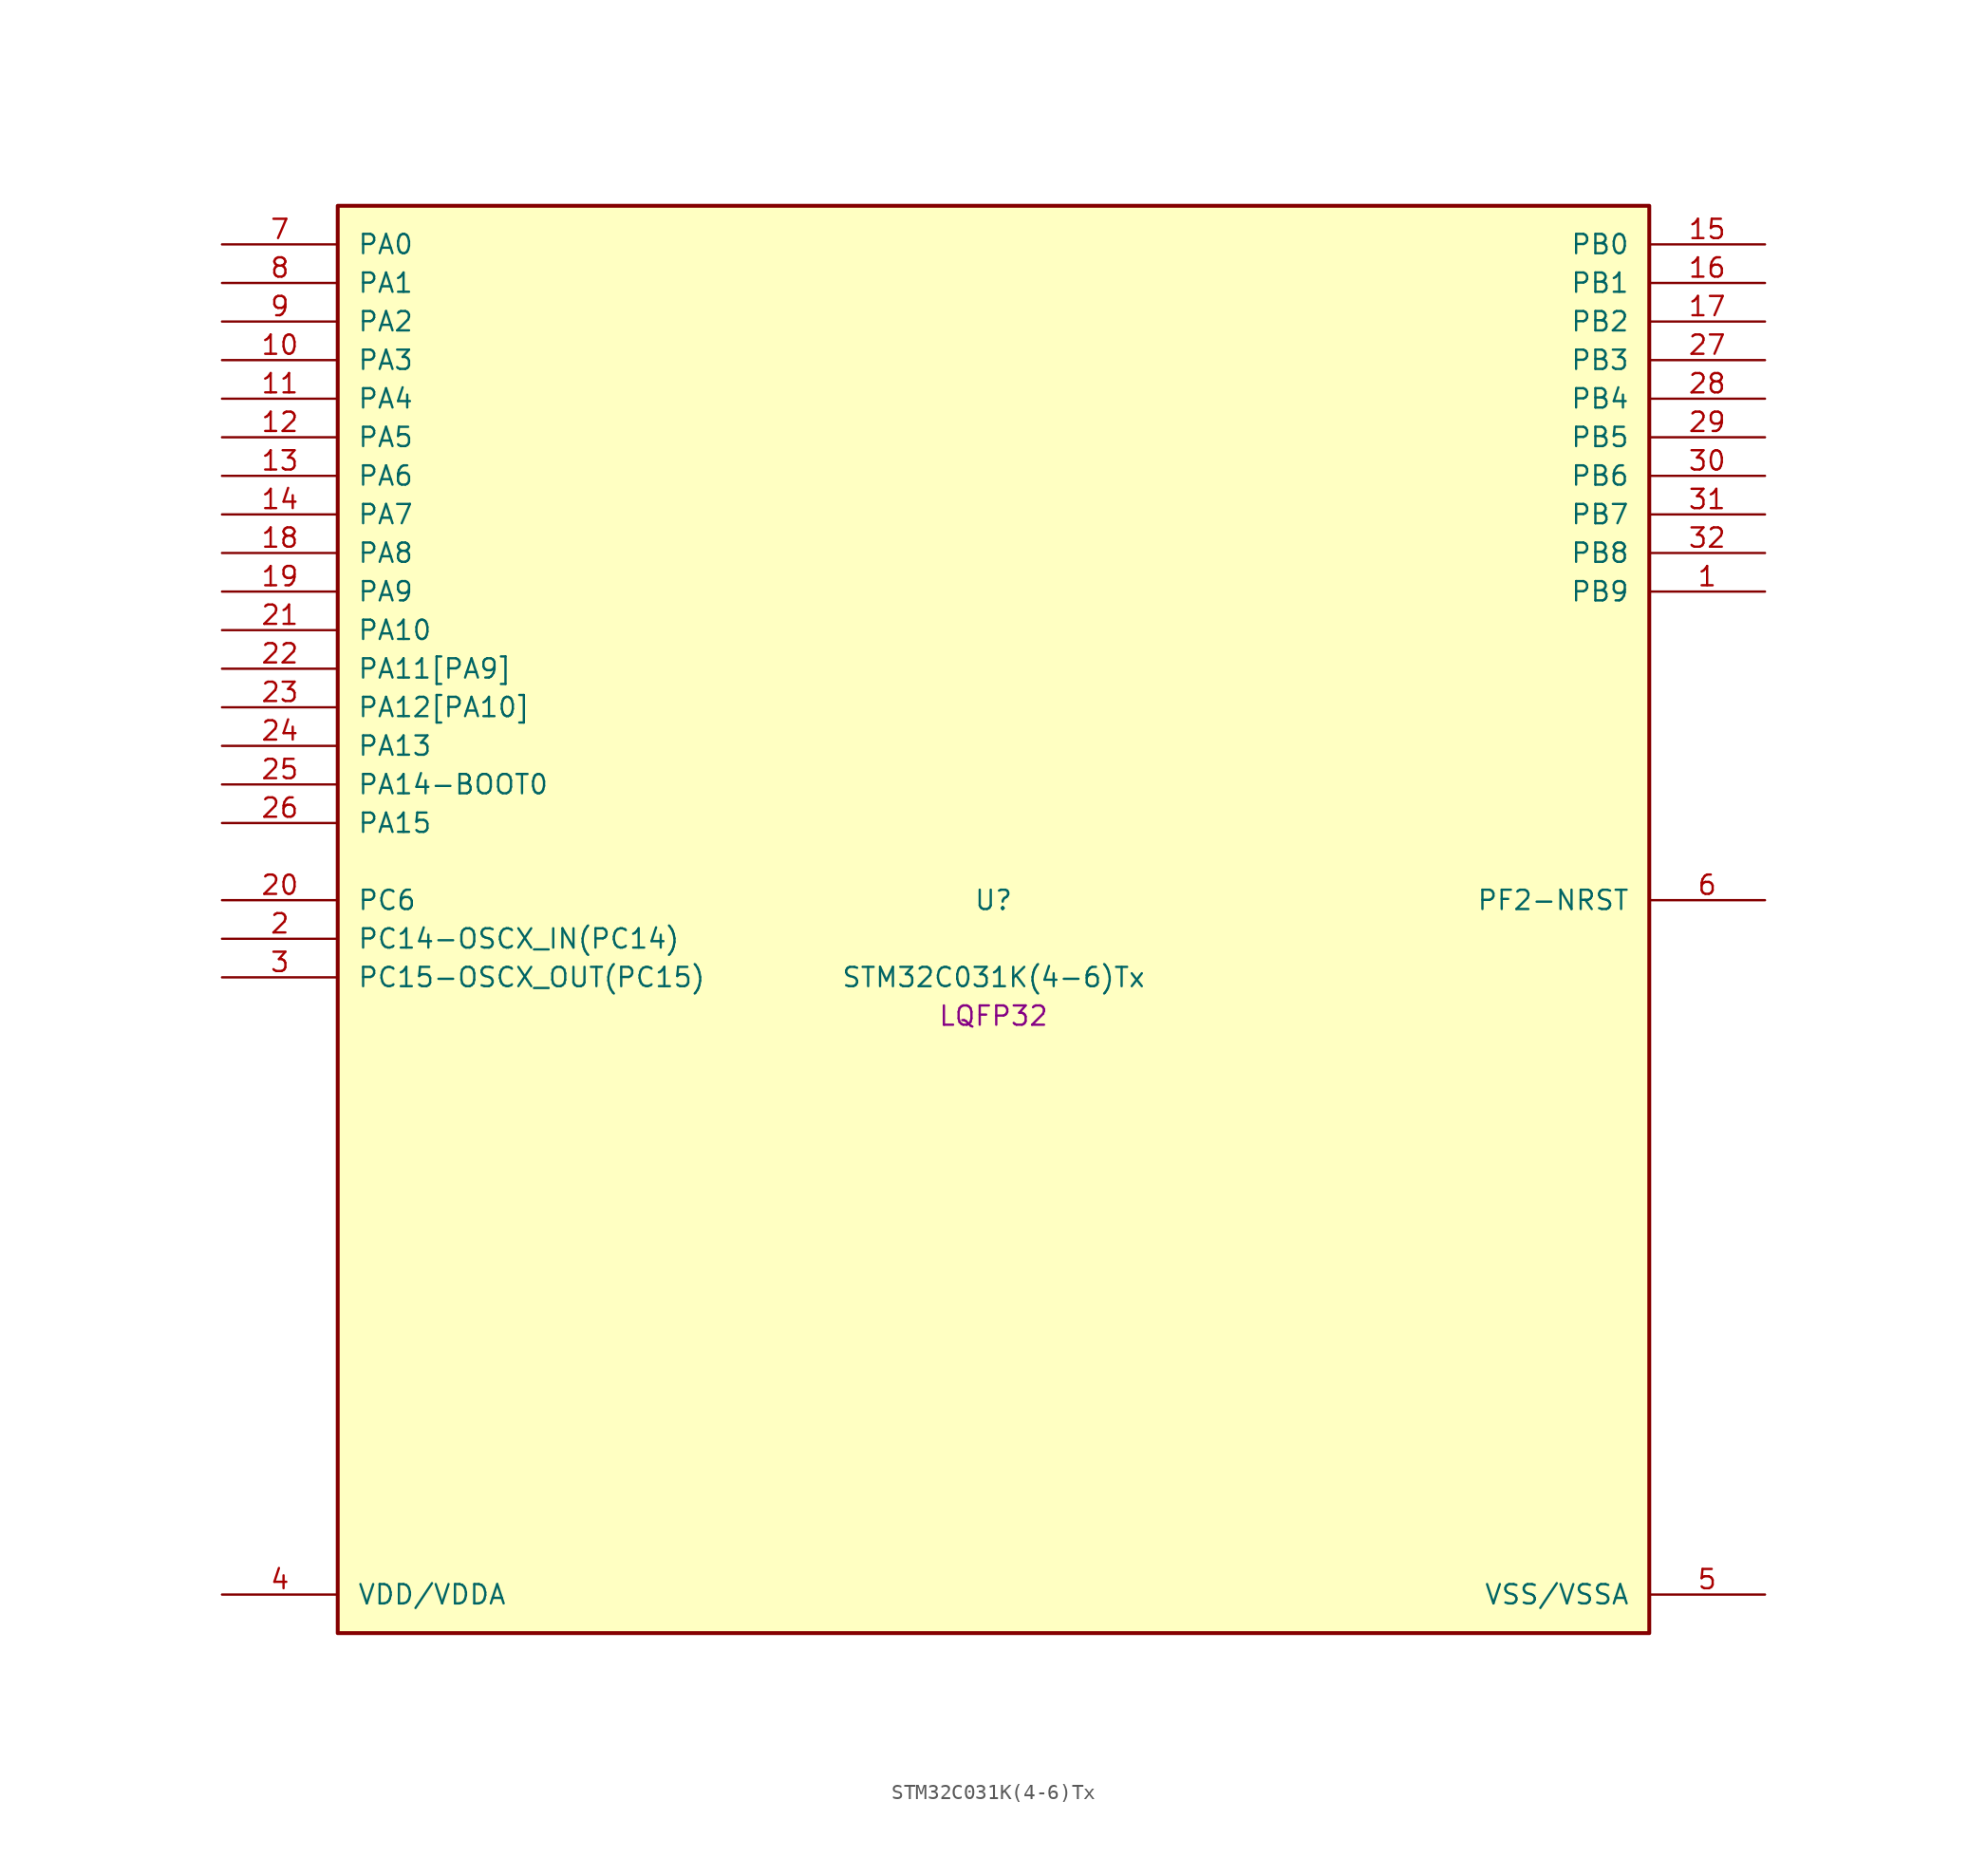
<source format=kicad_sym>
(kicad_symbol_lib
  (version 20241209)
  (generator "stm32_pkl_generator")
  (generator_version "1.0")
  (symbol "STM32C031K(4-6)Tx"
    (pin_names
      (offset 1.27))
    (property "Reference" "U"
      (at 0 2.54 0))
    (property "Value" "STM32C031K(4-6)Tx"
      (at 0 -2.54 0))
    (property "Footprint" "LQFP32"
      (at 0 -5.08 0))
    (symbol "STM32C031K(4-6)Tx_1_1"
      (rectangle (start -43.18 48.26) (end 43.18 -45.72) (stroke (width 0.254) (type solid)) (fill (type background)))
      (pin bidirectional line (at -50.8 45.72 0) (length 7.62) (name "PA0") (number "7") (alternate "PA0/ADC1_IN0" bidirectional line) (alternate "PA0/PWR_WKUP1" bidirectional line) (alternate "PA0/TIM16_CH1" bidirectional line) (alternate "PA0/TIM1_CH1" bidirectional line) (alternate "PA0/USART1_TX" bidirectional line) (alternate "PA0/USART2_CTS" bidirectional line) (alternate "PA0/USART2_NSS" bidirectional line))
      (pin bidirectional line (at -50.8 43.18 0) (length 7.62) (name "PA1") (number "8") (alternate "PA1/ADC1_IN1" bidirectional line) (alternate "PA1/I2C1_SMBA" bidirectional line) (alternate "PA1/I2S1_CK" bidirectional line) (alternate "PA1/SPI1_SCK" bidirectional line) (alternate "PA1/TIM17_CH1" bidirectional line) (alternate "PA1/TIM1_CH2" bidirectional line) (alternate "PA1/USART1_RX" bidirectional line) (alternate "PA1/USART2_CK" bidirectional line) (alternate "PA1/USART2_DE" bidirectional line) (alternate "PA1/USART2_RTS" bidirectional line))
      (pin bidirectional line (at -50.8 40.64 0) (length 7.62) (name "PA2") (number "9") (alternate "PA2/ADC1_IN2" bidirectional line) (alternate "PA2/I2S1_SD" bidirectional line) (alternate "PA2/PWR_WKUP4" bidirectional line) (alternate "PA2/RCC_LSCO" bidirectional line) (alternate "PA2/SPI1_MOSI" bidirectional line) (alternate "PA2/TIM16_CH1N" bidirectional line) (alternate "PA2/TIM1_CH3" bidirectional line) (alternate "PA2/TIM3_ETR" bidirectional line) (alternate "PA2/USART2_TX" bidirectional line))
      (pin bidirectional line (at -50.8 38.1 0) (length 7.62) (name "PA3") (number "10") (alternate "PA3/ADC1_IN3" bidirectional line) (alternate "PA3/TIM1_CH1N" bidirectional line) (alternate "PA3/TIM1_CH4" bidirectional line) (alternate "PA3/USART2_RX" bidirectional line))
      (pin bidirectional line (at -50.8 35.56 0) (length 7.62) (name "PA4") (number "11") (alternate "PA4/ADC1_IN4" bidirectional line) (alternate "PA4/I2S1_WS" bidirectional line) (alternate "PA4/PWR_WKUP2" bidirectional line) (alternate "PA4/RTC_OUT1" bidirectional line) (alternate "PA4/RTC_TS" bidirectional line) (alternate "PA4/SPI1_NSS" bidirectional line) (alternate "PA4/TIM14_CH1" bidirectional line) (alternate "PA4/TIM17_CH1N" bidirectional line) (alternate "PA4/TIM1_CH2N" bidirectional line) (alternate "PA4/USART2_TX" bidirectional line))
      (pin bidirectional line (at -50.8 33.02 0) (length 7.62) (name "PA5") (number "12") (alternate "PA5/ADC1_IN5" bidirectional line) (alternate "PA5/I2S1_CK" bidirectional line) (alternate "PA5/SPI1_SCK" bidirectional line) (alternate "PA5/TIM1_CH1" bidirectional line) (alternate "PA5/TIM1_CH3N" bidirectional line) (alternate "PA5/USART2_RX" bidirectional line))
      (pin bidirectional line (at -50.8 30.48 0) (length 7.62) (name "PA6") (number "13") (alternate "PA6/ADC1_IN6" bidirectional line) (alternate "PA6/I2S1_MCK" bidirectional line) (alternate "PA6/SPI1_MISO" bidirectional line) (alternate "PA6/TIM16_CH1" bidirectional line) (alternate "PA6/TIM1_BKIN" bidirectional line) (alternate "PA6/TIM3_CH1" bidirectional line))
      (pin bidirectional line (at -50.8 27.94 0) (length 7.62) (name "PA7") (number "14") (alternate "PA7/ADC1_IN7" bidirectional line) (alternate "PA7/I2S1_SD" bidirectional line) (alternate "PA7/SPI1_MOSI" bidirectional line) (alternate "PA7/TIM14_CH1" bidirectional line) (alternate "PA7/TIM17_CH1" bidirectional line) (alternate "PA7/TIM1_CH1N" bidirectional line) (alternate "PA7/TIM3_CH2" bidirectional line))
      (pin bidirectional line (at -50.8 25.4 0) (length 7.62) (name "PA8") (number "18") (alternate "PA8/ADC1_IN8" bidirectional line) (alternate "PA8/I2S1_WS" bidirectional line) (alternate "PA8/RCC_MCO" bidirectional line) (alternate "PA8/RCC_MCO_2" bidirectional line) (alternate "PA8/SPI1_NSS" bidirectional line) (alternate "PA8/TIM14_CH1" bidirectional line) (alternate "PA8/TIM1_CH1" bidirectional line) (alternate "PA8/TIM1_CH2N" bidirectional line) (alternate "PA8/TIM1_CH3N" bidirectional line) (alternate "PA8/TIM3_CH3" bidirectional line) (alternate "PA8/TIM3_CH4" bidirectional line) (alternate "PA8/USART1_RX" bidirectional line) (alternate "PA8/USART2_TX" bidirectional line))
      (pin bidirectional line (at -50.8 22.86 0) (length 7.62) (name "PA9") (number "19") (alternate "PA9/I2C1_SCL" bidirectional line) (alternate "PA9/RCC_MCO" bidirectional line) (alternate "PA9/TIM1_CH2" bidirectional line) (alternate "PA9/TIM3_ETR" bidirectional line) (alternate "PA9/USART1_TX" bidirectional line) (alternate "PA9/NC" bidirectional line))
      (pin bidirectional line (at -50.8 20.32 0) (length 7.62) (name "PA10") (number "21") (alternate "PA10/I2C1_SDA" bidirectional line) (alternate "PA10/RCC_MCO_2" bidirectional line) (alternate "PA10/TIM17_BKIN" bidirectional line) (alternate "PA10/TIM1_CH3" bidirectional line) (alternate "PA10/USART1_RX" bidirectional line) (alternate "PA10/NC" bidirectional line))
      (pin bidirectional line (at -50.8 17.78 0) (length 7.62) (name "PA11[PA9]") (number "22") (alternate "PA11[PA9]/ADC1_EXTI11" bidirectional line) (alternate "PA11[PA9]/ADC1_IN11" bidirectional line) (alternate "PA11[PA9]/I2S1_MCK" bidirectional line) (alternate "PA11[PA9]/SPI1_MISO" bidirectional line) (alternate "PA11[PA9]/TIM1_BKIN2" bidirectional line) (alternate "PA11[PA9]/TIM1_CH4" bidirectional line) (alternate "PA11[PA9]/USART1_CTS" bidirectional line) (alternate "PA11[PA9]/USART1_NSS" bidirectional line) (alternate "PA11[PA9]/PA9[PA11]" bidirectional line) (alternate "PA11[PA9]/I2C1_SCL" bidirectional line) (alternate "PA11[PA9]/RCC_MCO" bidirectional line) (alternate "PA11[PA9]/TIM1_CH2" bidirectional line) (alternate "PA11[PA9]/TIM3_ETR" bidirectional line) (alternate "PA11[PA9]/USART1_TX" bidirectional line))
      (pin bidirectional line (at -50.8 15.24 0) (length 7.62) (name "PA12[PA10]") (number "23") (alternate "PA12[PA10]/ADC1_IN12" bidirectional line) (alternate "PA12[PA10]/I2S1_SD" bidirectional line) (alternate "PA12[PA10]/I2S_CKIN" bidirectional line) (alternate "PA12[PA10]/SPI1_MOSI" bidirectional line) (alternate "PA12[PA10]/TIM1_ETR" bidirectional line) (alternate "PA12[PA10]/USART1_CK" bidirectional line) (alternate "PA12[PA10]/USART1_DE" bidirectional line) (alternate "PA12[PA10]/USART1_RTS" bidirectional line) (alternate "PA12[PA10]/PA10[PA12]" bidirectional line) (alternate "PA12[PA10]/I2C1_SDA" bidirectional line) (alternate "PA12[PA10]/RCC_MCO_2" bidirectional line) (alternate "PA12[PA10]/TIM17_BKIN" bidirectional line) (alternate "PA12[PA10]/TIM1_CH3" bidirectional line) (alternate "PA12[PA10]/USART1_RX" bidirectional line))
      (pin bidirectional line (at -50.8 12.7 0) (length 7.62) (name "PA13") (number "24") (alternate "PA13/ADC1_IN13" bidirectional line) (alternate "PA13/DEBUG_SWDIO" bidirectional line) (alternate "PA13/IR_OUT" bidirectional line) (alternate "PA13/TIM3_ETR" bidirectional line) (alternate "PA13/USART2_RX" bidirectional line))
      (pin bidirectional line (at -50.8 10.16 0) (length 7.62) (name "PA14-BOOT0") (number "25") (alternate "PA14-BOOT0/ADC1_IN14" bidirectional line) (alternate "PA14-BOOT0/DEBUG_SWCLK" bidirectional line) (alternate "PA14-BOOT0/I2S1_WS" bidirectional line) (alternate "PA14-BOOT0/RCC_MCO_2" bidirectional line) (alternate "PA14-BOOT0/SPI1_NSS" bidirectional line) (alternate "PA14-BOOT0/TIM1_CH1" bidirectional line) (alternate "PA14-BOOT0/USART1_CK" bidirectional line) (alternate "PA14-BOOT0/USART1_DE" bidirectional line) (alternate "PA14-BOOT0/USART1_RTS" bidirectional line) (alternate "PA14-BOOT0/USART2_RX" bidirectional line) (alternate "PA14-BOOT0/USART2_TX" bidirectional line))
      (pin bidirectional line (at -50.8 7.62 0) (length 7.62) (name "PA15") (number "26") (alternate "PA15/I2S1_WS" bidirectional line) (alternate "PA15/RCC_MCO_2" bidirectional line) (alternate "PA15/SPI1_NSS" bidirectional line) (alternate "PA15/TIM1_CH1" bidirectional line) (alternate "PA15/USART1_CK" bidirectional line) (alternate "PA15/USART1_DE" bidirectional line) (alternate "PA15/USART1_RTS" bidirectional line) (alternate "PA15/USART2_RX" bidirectional line))
      (pin bidirectional line (at 50.8 45.72 180) (length 7.62) (name "PB0") (number "15") (alternate "PB0/ADC1_IN17" bidirectional line) (alternate "PB0/I2S1_WS" bidirectional line) (alternate "PB0/SPI1_NSS" bidirectional line) (alternate "PB0/TIM1_CH2N" bidirectional line) (alternate "PB0/TIM3_CH3" bidirectional line))
      (pin bidirectional line (at 50.8 43.18 180) (length 7.62) (name "PB1") (number "16") (alternate "PB1/ADC1_IN18" bidirectional line) (alternate "PB1/TIM14_CH1" bidirectional line) (alternate "PB1/TIM1_CH2N" bidirectional line) (alternate "PB1/TIM1_CH3N" bidirectional line) (alternate "PB1/TIM3_CH4" bidirectional line))
      (pin bidirectional line (at 50.8 40.64 180) (length 7.62) (name "PB2") (number "17") (alternate "PB2/ADC1_IN19" bidirectional line) (alternate "PB2/RCC_MCO_2" bidirectional line) (alternate "PB2/USART1_RX" bidirectional line))
      (pin bidirectional line (at 50.8 38.1 180) (length 7.62) (name "PB3") (number "27") (alternate "PB3/I2S1_CK" bidirectional line) (alternate "PB3/SPI1_SCK" bidirectional line) (alternate "PB3/TIM1_CH2" bidirectional line) (alternate "PB3/TIM3_CH2" bidirectional line) (alternate "PB3/USART1_CK" bidirectional line) (alternate "PB3/USART1_DE" bidirectional line) (alternate "PB3/USART1_RTS" bidirectional line))
      (pin bidirectional line (at 50.8 35.56 180) (length 7.62) (name "PB4") (number "28") (alternate "PB4/I2S1_MCK" bidirectional line) (alternate "PB4/SPI1_MISO" bidirectional line) (alternate "PB4/TIM17_BKIN" bidirectional line) (alternate "PB4/TIM3_CH1" bidirectional line) (alternate "PB4/USART1_CTS" bidirectional line) (alternate "PB4/USART1_NSS" bidirectional line))
      (pin bidirectional line (at 50.8 33.02 180) (length 7.62) (name "PB5") (number "29") (alternate "PB5/I2C1_SMBA" bidirectional line) (alternate "PB5/I2S1_SD" bidirectional line) (alternate "PB5/PWR_WKUP6" bidirectional line) (alternate "PB5/SPI1_MOSI" bidirectional line) (alternate "PB5/TIM16_BKIN" bidirectional line) (alternate "PB5/TIM3_CH2" bidirectional line) (alternate "PB5/TIM3_CH3" bidirectional line))
      (pin bidirectional line (at 50.8 30.48 180) (length 7.62) (name "PB6") (number "30") (alternate "PB6/I2C1_SCL" bidirectional line) (alternate "PB6/I2C1_SMBA" bidirectional line) (alternate "PB6/I2S1_CK" bidirectional line) (alternate "PB6/I2S1_MCK" bidirectional line) (alternate "PB6/I2S1_SD" bidirectional line) (alternate "PB6/PWR_WKUP3" bidirectional line) (alternate "PB6/SPI1_MISO" bidirectional line) (alternate "PB6/SPI1_MOSI" bidirectional line) (alternate "PB6/SPI1_SCK" bidirectional line) (alternate "PB6/TIM16_BKIN" bidirectional line) (alternate "PB6/TIM16_CH1N" bidirectional line) (alternate "PB6/TIM17_BKIN" bidirectional line) (alternate "PB6/TIM1_CH2" bidirectional line) (alternate "PB6/TIM1_CH3" bidirectional line) (alternate "PB6/TIM3_CH1" bidirectional line) (alternate "PB6/TIM3_CH2" bidirectional line) (alternate "PB6/TIM3_CH3" bidirectional line) (alternate "PB6/USART1_CK" bidirectional line) (alternate "PB6/USART1_CTS" bidirectional line) (alternate "PB6/USART1_DE" bidirectional line) (alternate "PB6/USART1_NSS" bidirectional line) (alternate "PB6/USART1_RTS" bidirectional line) (alternate "PB6/USART1_TX" bidirectional line))
      (pin bidirectional line (at 50.8 27.94 180) (length 7.62) (name "PB7") (number "31") (alternate "PB7/I2C1_SCL" bidirectional line) (alternate "PB7/I2C1_SDA" bidirectional line) (alternate "PB7/RTC_REFIN" bidirectional line) (alternate "PB7/TIM16_CH1" bidirectional line) (alternate "PB7/TIM17_CH1N" bidirectional line) (alternate "PB7/TIM1_CH4" bidirectional line) (alternate "PB7/TIM3_CH1" bidirectional line) (alternate "PB7/TIM3_CH4" bidirectional line) (alternate "PB7/USART1_RX" bidirectional line) (alternate "PB7/USART2_CTS" bidirectional line) (alternate "PB7/USART2_NSS" bidirectional line))
      (pin bidirectional line (at 50.8 25.4 180) (length 7.62) (name "PB8") (number "32") (alternate "PB8/I2C1_SCL" bidirectional line) (alternate "PB8/TIM16_CH1" bidirectional line) (alternate "PB8/TIM3_CH1" bidirectional line) (alternate "PB8/USART2_CTS" bidirectional line) (alternate "PB8/USART2_NSS" bidirectional line))
      (pin bidirectional line (at 50.8 22.86 180) (length 7.62) (name "PB9") (number "1") (alternate "PB9/I2C1_SDA" bidirectional line) (alternate "PB9/IR_OUT" bidirectional line) (alternate "PB9/TIM17_CH1" bidirectional line) (alternate "PB9/TIM3_CH2" bidirectional line) (alternate "PB9/USART2_CK" bidirectional line) (alternate "PB9/USART2_DE" bidirectional line) (alternate "PB9/USART2_RTS" bidirectional line))
      (pin bidirectional line (at -50.8 2.54 0) (length 7.62) (name "PC6") (number "20") (alternate "PC6/TIM3_CH1" bidirectional line))
      (pin bidirectional line (at -50.8 0 0) (length 7.62) (name "PC14-OSCX_IN(PC14)") (number "2") (alternate "PC14-OSCX_IN(PC14)/I2C1_SDA" bidirectional line) (alternate "PC14-OSCX_IN(PC14)/IR_OUT" bidirectional line) (alternate "PC14-OSCX_IN(PC14)/RCC_OSCX_IN" bidirectional line) (alternate "PC14-OSCX_IN(PC14)/TIM17_CH1" bidirectional line) (alternate "PC14-OSCX_IN(PC14)/TIM1_BKIN2" bidirectional line) (alternate "PC14-OSCX_IN(PC14)/TIM1_ETR" bidirectional line) (alternate "PC14-OSCX_IN(PC14)/TIM3_CH2" bidirectional line) (alternate "PC14-OSCX_IN(PC14)/USART1_TX" bidirectional line) (alternate "PC14-OSCX_IN(PC14)/USART2_CK" bidirectional line) (alternate "PC14-OSCX_IN(PC14)/USART2_DE" bidirectional line) (alternate "PC14-OSCX_IN(PC14)/USART2_RTS" bidirectional line))
      (pin bidirectional line (at -50.8 -2.54 0) (length 7.62) (name "PC15-OSCX_OUT(PC15)") (number "3") (alternate "PC15-OSCX_OUT(PC15)/RCC_OSC32_EN" bidirectional line) (alternate "PC15-OSCX_OUT(PC15)/RCC_OSCX_OUT" bidirectional line) (alternate "PC15-OSCX_OUT(PC15)/RCC_OSC_EN" bidirectional line) (alternate "PC15-OSCX_OUT(PC15)/TIM1_ETR" bidirectional line) (alternate "PC15-OSCX_OUT(PC15)/TIM3_CH3" bidirectional line))
      (pin bidirectional line (at 50.8 2.54 180) (length 7.62) (name "PF2-NRST") (number "6") (alternate "PF2-NRST/RCC_MCO" bidirectional line) (alternate "PF2-NRST/TIM1_CH4" bidirectional line))
      (pin power_in line (at -50.8 -43.18 0) (length 7.62) (name "VDD/VDDA") (number "4"))
      (pin power_in line (at 50.8 -43.18 180) (length 7.62) (name "VSS/VSSA") (number "5")))))
</source>
